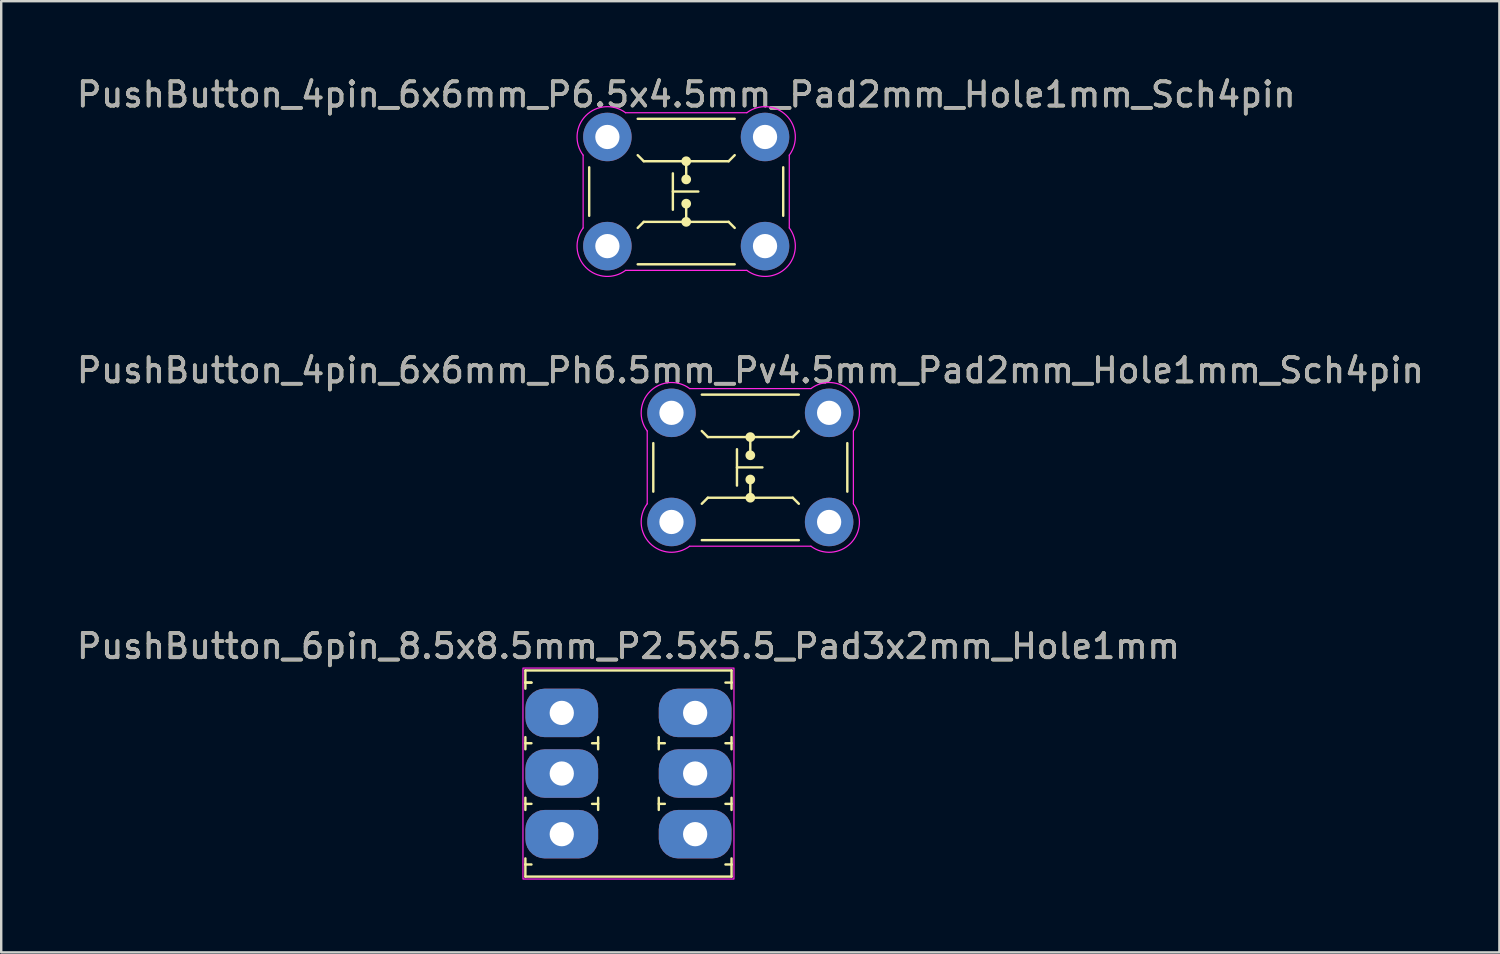
<source format=kicad_pcb>
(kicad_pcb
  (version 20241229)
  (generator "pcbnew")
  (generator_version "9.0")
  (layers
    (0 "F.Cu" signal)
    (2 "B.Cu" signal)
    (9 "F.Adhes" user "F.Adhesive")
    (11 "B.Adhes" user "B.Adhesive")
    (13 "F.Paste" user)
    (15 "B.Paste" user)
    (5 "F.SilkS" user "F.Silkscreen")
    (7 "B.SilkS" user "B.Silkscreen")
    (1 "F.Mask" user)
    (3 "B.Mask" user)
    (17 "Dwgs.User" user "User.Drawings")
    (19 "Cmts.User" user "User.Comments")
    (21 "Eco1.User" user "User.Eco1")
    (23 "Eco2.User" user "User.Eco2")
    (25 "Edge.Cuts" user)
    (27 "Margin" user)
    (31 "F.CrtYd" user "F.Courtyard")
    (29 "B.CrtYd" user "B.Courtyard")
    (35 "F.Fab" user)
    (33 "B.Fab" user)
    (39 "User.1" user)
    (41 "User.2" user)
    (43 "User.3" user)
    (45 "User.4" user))
  (footprint "PushButton_4pin_6x6mm_P6.5x4.5mm_Pad2mm_Hole1mm_Sch4pin"
    (layer "F.Cu")
    (at 21.994 2.598)
    (property "Reference" "PushButton_4pin_6x6mm_P6.5x4.5mm_Pad2mm_Hole1mm_Sch4pin" (at 3.25 -1.75 180) (layer "F.SilkS") (effects (font (size 1 1) (thickness 0.15))))
    (attr through_hole)
    (fp_line (start -0.75 1.25) (end -0.75 3.25) (stroke (width 0.1) (type default)) (layer "F.SilkS"))
    (fp_line (start 1.25 -0.75) (end 5.25 -0.75) (stroke (width 0.1) (type default)) (layer "F.SilkS"))
    (fp_line (start 1.5 1) (end 1.25 0.75) (stroke (width 0.1) (type default)) (layer "F.SilkS"))
    (fp_line (start 1.5 1) (end 5 1) (stroke (width 0.1) (type default)) (layer "F.SilkS"))
    (fp_line (start 1.5 3.5) (end 1.25 3.75) (stroke (width 0.1) (type default)) (layer "F.SilkS"))
    (fp_line (start 1.5 3.5) (end 5 3.5) (stroke (width 0.1) (type default)) (layer "F.SilkS"))
    (fp_line (start 2.7 1.5) (end 2.7 3) (stroke (width 0.1) (type default)) (layer "F.SilkS"))
    (fp_line (start 2.7 2.25) (end 3.75 2.25) (stroke (width 0.1) (type default)) (layer "F.SilkS"))
    (fp_line (start 3.25 1) (end 3.25 1.75) (stroke (width 0.1) (type default)) (layer "F.SilkS"))
    (fp_line (start 3.25 2.75) (end 3.25 3.5) (stroke (width 0.1) (type default)) (layer "F.SilkS"))
    (fp_line (start 5 1) (end 5.25 0.75) (stroke (width 0.1) (type default)) (layer "F.SilkS"))
    (fp_line (start 5 3.5) (end 5.25 3.75) (stroke (width 0.1) (type default)) (layer "F.SilkS"))
    (fp_line (start 5.25 5.25) (end 1.25 5.25) (stroke (width 0.1) (type default)) (layer "F.SilkS"))
    (fp_line (start 7.25 1.25) (end 7.25 3.25) (stroke (width 0.1) (type default)) (layer "F.SilkS"))
    (fp_circle (center 3.25 1) (end 3.4 1) (stroke (width 0.1) (type solid)) (fill yes) (layer "F.SilkS"))
    (fp_circle (center 3.25 1.75) (end 3.4 1.75) (stroke (width 0.1) (type solid)) (fill yes) (layer "F.SilkS"))
    (fp_circle (center 3.25 2.75) (end 3.4 2.75) (stroke (width 0.1) (type solid)) (fill yes) (layer "F.SilkS"))
    (fp_circle (center 3.25 3.5) (end 3.4 3.5) (stroke (width 0.1) (type solid)) (fill yes) (layer "F.SilkS"))
    (fp_line (start -1 0.75) (end -1 3.75) (stroke (width 0.05) (type default)) (layer "F.CrtYd"))
    (fp_line (start 0.75 -1) (end 5.75 -1) (stroke (width 0.05) (type default)) (layer "F.CrtYd"))
    (fp_line (start 0.75 5.5) (end 5.75 5.5) (stroke (width 0.05) (type default)) (layer "F.CrtYd"))
    (fp_line (start 7.5 0.75) (end 7.5 3.75) (stroke (width 0.05) (type default)) (layer "F.CrtYd"))
    (fp_arc (start -1 0.75) (mid -0.883883 -0.883883) (end 0.75 -1) (stroke (width 0.05) (type default)) (layer "F.CrtYd"))
    (fp_arc (start 0.75 5.5) (mid -0.883883 5.383883) (end -1 3.75) (stroke (width 0.05) (type default)) (layer "F.CrtYd"))
    (fp_arc (start 5.75 -1) (mid 7.383883 -0.883883) (end 7.5 0.75) (stroke (width 0.05) (type default)) (layer "F.CrtYd"))
    (fp_arc (start 7.5 3.75) (mid 7.383883 5.383883) (end 5.75 5.5) (stroke (width 0.05) (type default)) (layer "F.CrtYd"))
    (fp_text user "${REFERENCE}" (at 3.25 -1.75 0) (layer "F.Fab") (effects (font (size 1 1) (thickness 0.15))))
    (pad "1" thru_hole circle (at 0 0) (size 2 2) (drill 1) (layers "*.Cu" "*.Mask"))
    (pad "1" thru_hole circle (at 6.5 0) (size 2 2) (drill 1) (layers "*.Cu" "*.Mask"))
    (pad "2" thru_hole circle (at 0 4.5) (size 2 2) (drill 1) (layers "*.Cu" "*.Mask"))
    (pad "2" thru_hole circle (at 6.5 4.5) (size 2 2) (drill 1) (layers "*.Cu" "*.Mask")))
  (footprint "PushButton_6pin_8.5x8.5mm_P2.5x5.5_Pad3x2mm_Hole1mm"
    (layer "F.Cu")
    (at 20.113 26.345)
    (property "Reference" "PushButton_6pin_8.5x8.5mm_P2.5x5.5_Pad3x2mm_Hole1mm" (at 2.75 -2.75 0) (layer "F.SilkS") (effects (font (size 1 1) (thickness 0.15))))
    (attr through_hole)
    (fp_line (start -1.5 -1.75) (end -1.5 -1.25) (stroke (width 0.1) (type default)) (layer "F.SilkS"))
    (fp_line (start -1.5 -1.25) (end -1.5 -1) (stroke (width 0.1) (type default)) (layer "F.SilkS"))
    (fp_line (start -1.5 -1.25) (end -1.25 -1.25) (stroke (width 0.1) (type default)) (layer "F.SilkS"))
    (fp_line (start -1.5 1) (end -1.5 1.5) (stroke (width 0.1) (type default)) (layer "F.SilkS"))
    (fp_line (start -1.5 1.25) (end -1.25 1.25) (stroke (width 0.1) (type default)) (layer "F.SilkS"))
    (fp_line (start -1.5 3.5) (end -1.5 4) (stroke (width 0.1) (type default)) (layer "F.SilkS"))
    (fp_line (start -1.5 3.75) (end -1.25 3.75) (stroke (width 0.1) (type default)) (layer "F.SilkS"))
    (fp_line (start -1.5 6.25) (end -1.5 6) (stroke (width 0.1) (type default)) (layer "F.SilkS"))
    (fp_line (start -1.5 6.25) (end -1.25 6.25) (stroke (width 0.1) (type default)) (layer "F.SilkS"))
    (fp_line (start -1.5 6.75) (end -1.5 6.25) (stroke (width 0.1) (type default)) (layer "F.SilkS"))
    (fp_line (start -1.25 -1.25) (end -1.5 -1.25) (stroke (width 0.1) (type default)) (layer "F.SilkS"))
    (fp_line (start 1.5 1) (end 1.5 1.5) (stroke (width 0.1) (type default)) (layer "F.SilkS"))
    (fp_line (start 1.5 1.25) (end 1.25 1.25) (stroke (width 0.1) (type default)) (layer "F.SilkS"))
    (fp_line (start 1.5 3.5) (end 1.5 4) (stroke (width 0.1) (type default)) (layer "F.SilkS"))
    (fp_line (start 1.5 3.75) (end 1.25 3.75) (stroke (width 0.1) (type default)) (layer "F.SilkS"))
    (fp_line (start 4 1) (end 4 1.5) (stroke (width 0.1) (type default)) (layer "F.SilkS"))
    (fp_line (start 4 1.25) (end 4.25 1.25) (stroke (width 0.1) (type default)) (layer "F.SilkS"))
    (fp_line (start 4 3.5) (end 4 4) (stroke (width 0.1) (type default)) (layer "F.SilkS"))
    (fp_line (start 4 3.75) (end 4.25 3.75) (stroke (width 0.1) (type default)) (layer "F.SilkS"))
    (fp_line (start 7 -1.75) (end -1.5 -1.75) (stroke (width 0.1) (type default)) (layer "F.SilkS"))
    (fp_line (start 7 -1.75) (end 7 -1.25) (stroke (width 0.1) (type default)) (layer "F.SilkS"))
    (fp_line (start 7 -1.25) (end 6.75 -1.25) (stroke (width 0.1) (type default)) (layer "F.SilkS"))
    (fp_line (start 7 -1) (end 7 -1.25) (stroke (width 0.1) (type default)) (layer "F.SilkS"))
    (fp_line (start 7 1) (end 7 1.5) (stroke (width 0.1) (type default)) (layer "F.SilkS"))
    (fp_line (start 7 1.25) (end 6.75 1.25) (stroke (width 0.1) (type default)) (layer "F.SilkS"))
    (fp_line (start 7 3.5) (end 7 4) (stroke (width 0.1) (type default)) (layer "F.SilkS"))
    (fp_line (start 7 3.75) (end 6.75 3.75) (stroke (width 0.1) (type default)) (layer "F.SilkS"))
    (fp_line (start 7 6.25) (end 6.75 6.25) (stroke (width 0.1) (type default)) (layer "F.SilkS"))
    (fp_line (start 7 6.25) (end 7 6) (stroke (width 0.1) (type default)) (layer "F.SilkS"))
    (fp_line (start 7 6.75) (end -1.5 6.75) (stroke (width 0.1) (type default)) (layer "F.SilkS"))
    (fp_line (start 7 6.75) (end 7 6.25) (stroke (width 0.1) (type default)) (layer "F.SilkS"))
    (fp_rect (start -1.6 -1.85) (end 7.1 6.85) (stroke (width 0.05) (type default)) (fill no) (layer "F.CrtYd"))
    (fp_text user "${REFERENCE}" (at 2.75 -2.75 0) (layer "F.Fab") (effects (font (size 1 1) (thickness 0.15))))
    (pad "1" thru_hole roundrect (at 0 0) (size 3 2) (drill 1) (layers "*.Cu" "*.Mask") (roundrect_rratio 0.4))
    (pad "2" thru_hole roundrect (at 0 2.5) (size 3 2) (drill 1) (layers "*.Cu" "*.Mask") (roundrect_rratio 0.4))
    (pad "3" thru_hole roundrect (at 0 5) (size 3 2) (drill 1) (layers "*.Cu" "*.Mask") (roundrect_rratio 0.4))
    (pad "4" thru_hole roundrect (at 5.5 0) (size 3 2) (drill 1) (layers "*.Cu" "*.Mask") (roundrect_rratio 0.4))
    (pad "5" thru_hole roundrect (at 5.5 2.5) (size 3 2) (drill 1) (layers "*.Cu" "*.Mask") (roundrect_rratio 0.4))
    (pad "6" thru_hole roundrect (at 5.5 5) (size 3 2) (drill 1) (layers "*.Cu" "*.Mask") (roundrect_rratio 0.4)))
  (footprint "PushButton_4pin_6x6mm_Ph6.5mm_Pv4.5mm_Pad2mm_Hole1mm_Sch4pin"
    (layer "F.Cu")
    (at 24.637 13.972)
    (property "Reference" "PushButton_4pin_6x6mm_Ph6.5mm_Pv4.5mm_Pad2mm_Hole1mm_Sch4pin" (at 3.25 -1.75 180) (layer "F.SilkS") (effects (font (size 1 1) (thickness 0.15))))
    (attr through_hole)
    (fp_line (start -0.75 1.25) (end -0.75 3.25) (stroke (width 0.1) (type default)) (layer "F.SilkS"))
    (fp_line (start 1.25 -0.75) (end 5.25 -0.75) (stroke (width 0.1) (type default)) (layer "F.SilkS"))
    (fp_line (start 1.5 1) (end 1.25 0.75) (stroke (width 0.1) (type default)) (layer "F.SilkS"))
    (fp_line (start 1.5 1) (end 5 1) (stroke (width 0.1) (type default)) (layer "F.SilkS"))
    (fp_line (start 1.5 3.5) (end 1.25 3.75) (stroke (width 0.1) (type default)) (layer "F.SilkS"))
    (fp_line (start 1.5 3.5) (end 5 3.5) (stroke (width 0.1) (type default)) (layer "F.SilkS"))
    (fp_line (start 2.7 1.5) (end 2.7 3) (stroke (width 0.1) (type default)) (layer "F.SilkS"))
    (fp_line (start 2.7 2.25) (end 3.75 2.25) (stroke (width 0.1) (type default)) (layer "F.SilkS"))
    (fp_line (start 3.25 1) (end 3.25 1.75) (stroke (width 0.1) (type default)) (layer "F.SilkS"))
    (fp_line (start 3.25 2.75) (end 3.25 3.5) (stroke (width 0.1) (type default)) (layer "F.SilkS"))
    (fp_line (start 5 1) (end 5.25 0.75) (stroke (width 0.1) (type default)) (layer "F.SilkS"))
    (fp_line (start 5 3.5) (end 5.25 3.75) (stroke (width 0.1) (type default)) (layer "F.SilkS"))
    (fp_line (start 5.25 5.25) (end 1.25 5.25) (stroke (width 0.1) (type default)) (layer "F.SilkS"))
    (fp_line (start 7.25 1.25) (end 7.25 3.25) (stroke (width 0.1) (type default)) (layer "F.SilkS"))
    (fp_circle (center 3.25 1) (end 3.4 1) (stroke (width 0.1) (type solid)) (fill yes) (layer "F.SilkS"))
    (fp_circle (center 3.25 1.75) (end 3.4 1.75) (stroke (width 0.1) (type solid)) (fill yes) (layer "F.SilkS"))
    (fp_circle (center 3.25 2.75) (end 3.4 2.75) (stroke (width 0.1) (type solid)) (fill yes) (layer "F.SilkS"))
    (fp_circle (center 3.25 3.5) (end 3.4 3.5) (stroke (width 0.1) (type solid)) (fill yes) (layer "F.SilkS"))
    (fp_line (start -1 0.75) (end -1 3.75) (stroke (width 0.05) (type default)) (layer "F.CrtYd"))
    (fp_line (start 0.75 -1) (end 5.75 -1) (stroke (width 0.05) (type default)) (layer "F.CrtYd"))
    (fp_line (start 0.75 5.5) (end 5.75 5.5) (stroke (width 0.05) (type default)) (layer "F.CrtYd"))
    (fp_line (start 7.5 0.75) (end 7.5 3.75) (stroke (width 0.05) (type default)) (layer "F.CrtYd"))
    (fp_arc (start -1 0.75) (mid -0.883883 -0.883883) (end 0.75 -1) (stroke (width 0.05) (type default)) (layer "F.CrtYd"))
    (fp_arc (start 0.75 5.5) (mid -0.883883 5.383883) (end -1 3.75) (stroke (width 0.05) (type default)) (layer "F.CrtYd"))
    (fp_arc (start 5.75 -1) (mid 7.383883 -0.883883) (end 7.5 0.75) (stroke (width 0.05) (type default)) (layer "F.CrtYd"))
    (fp_arc (start 7.5 3.75) (mid 7.383883 5.383883) (end 5.75 5.5) (stroke (width 0.05) (type default)) (layer "F.CrtYd"))
    (fp_text user "${REFERENCE}" (at 3.25 -1.75 0) (layer "F.Fab") (effects (font (size 1 1) (thickness 0.15))))
    (pad "1" thru_hole circle (at 0 0) (size 2 2) (drill 1) (layers "*.Cu" "*.Mask"))
    (pad "2" thru_hole circle (at 0 4.5) (size 2 2) (drill 1) (layers "*.Cu" "*.Mask"))
    (pad "3" thru_hole circle (at 6.5 4.5) (size 2 2) (drill 1) (layers "*.Cu" "*.Mask"))
    (pad "4" thru_hole circle (at 6.5 0) (size 2 2) (drill 1) (layers "*.Cu" "*.Mask")))
  (gr_rect
    (start -3 -3)
    (end 58.774 36.22)
    (stroke (width 0.1) (type default))
    (fill no)
    (layer "Edge.Cuts")))
</source>
